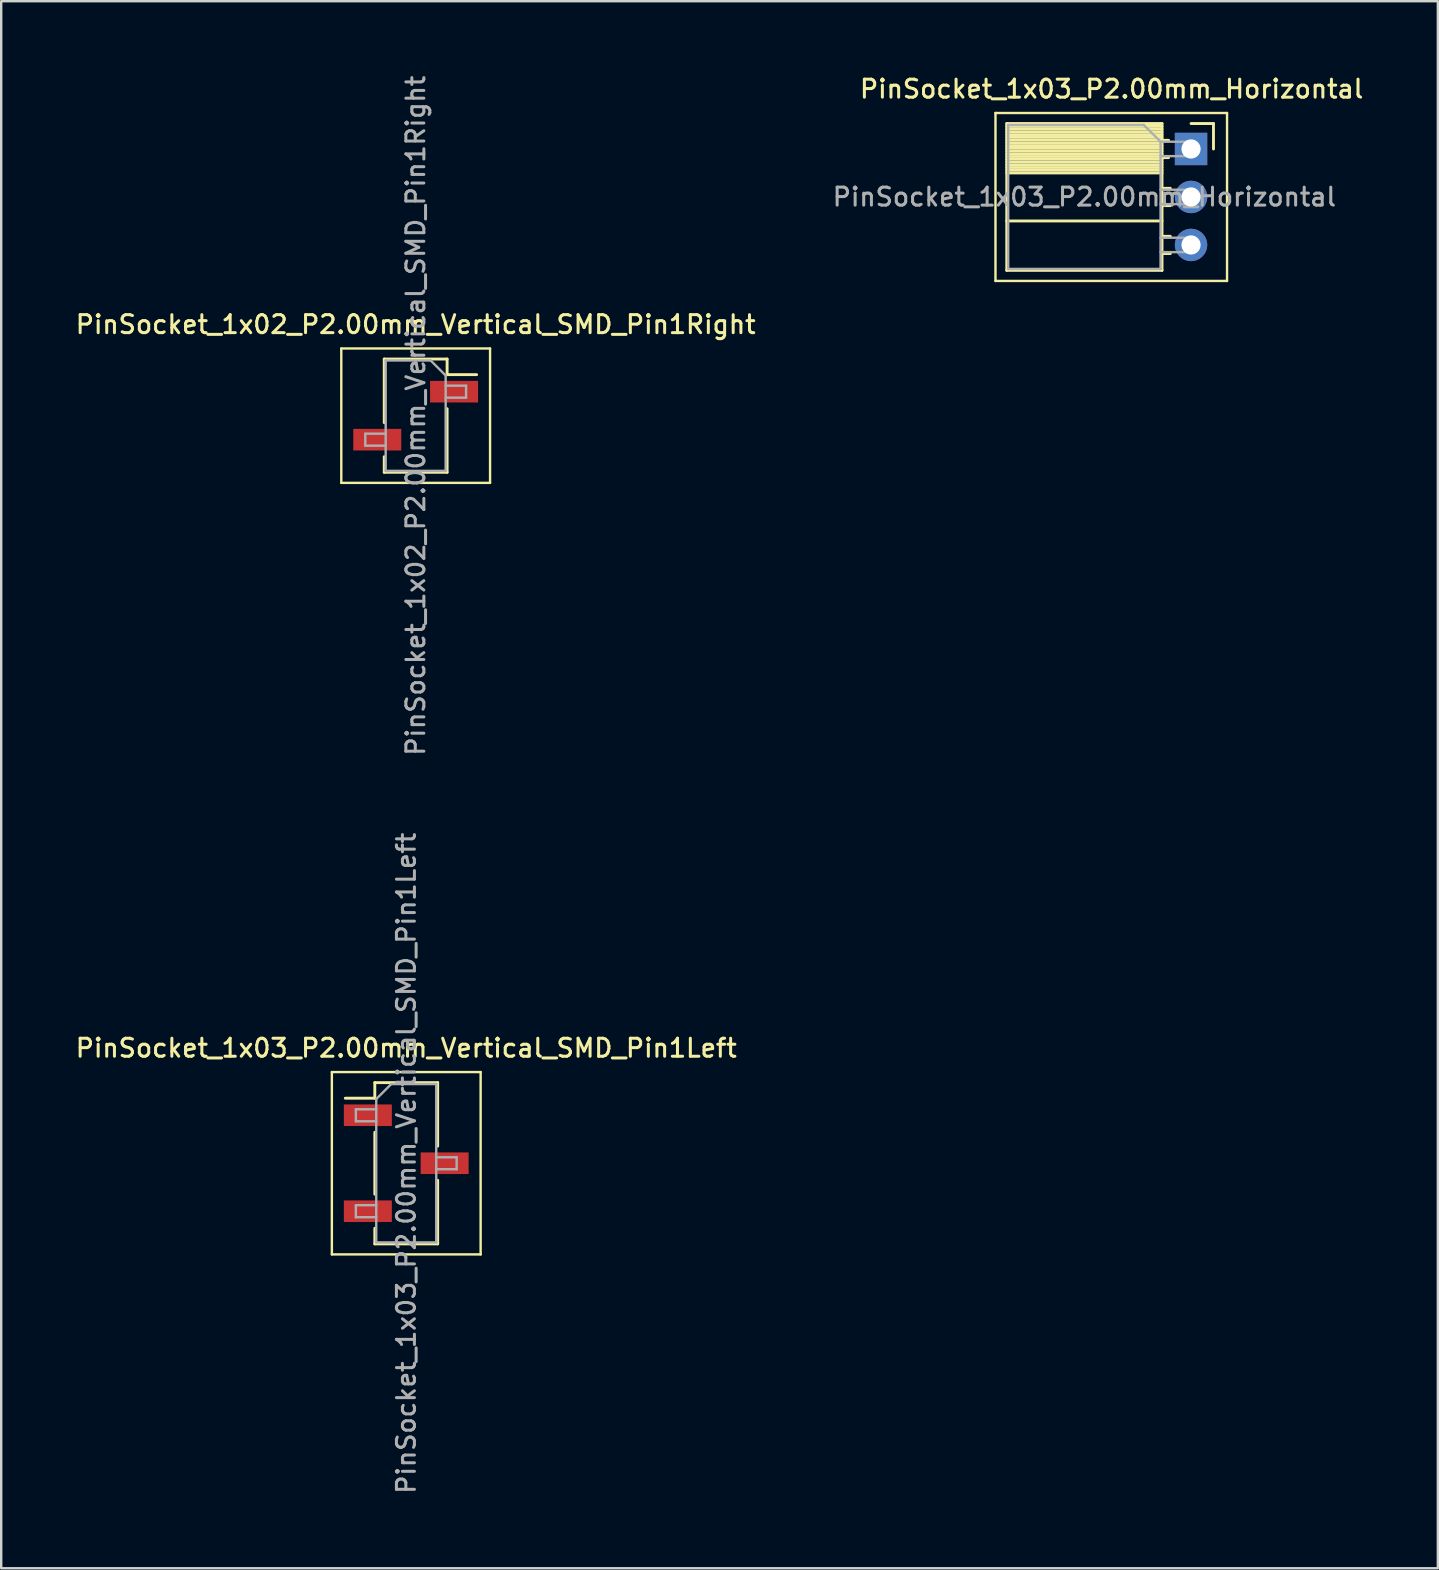
<source format=kicad_pcb>
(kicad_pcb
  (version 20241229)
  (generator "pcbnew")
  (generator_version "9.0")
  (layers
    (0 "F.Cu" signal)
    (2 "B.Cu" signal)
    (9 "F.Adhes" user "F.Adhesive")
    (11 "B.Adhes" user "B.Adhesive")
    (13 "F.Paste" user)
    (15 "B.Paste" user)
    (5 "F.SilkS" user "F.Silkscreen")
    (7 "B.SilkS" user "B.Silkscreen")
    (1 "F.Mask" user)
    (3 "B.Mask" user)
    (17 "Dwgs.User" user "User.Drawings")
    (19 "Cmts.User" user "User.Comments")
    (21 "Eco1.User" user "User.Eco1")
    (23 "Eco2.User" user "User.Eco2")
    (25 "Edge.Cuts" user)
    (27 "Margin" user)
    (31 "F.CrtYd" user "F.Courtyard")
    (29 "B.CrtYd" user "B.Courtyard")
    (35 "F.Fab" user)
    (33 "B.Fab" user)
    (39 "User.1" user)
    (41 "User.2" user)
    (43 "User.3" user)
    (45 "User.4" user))
  (footprint "PinSocket_1x03_P2.00mm_Vertical_SMD_Pin1Left"
    (layer "F.Cu")
    (at 13.88 45.427)
    (property "Reference" "PinSocket_1x03_P2.00mm_Vertical_SMD_Pin1Left" (at 0 -4.8 0) (layer "F.SilkS") (effects (font (size 0.75 0.75) (thickness 0.125))))
    (attr smd)
    (fp_line (start -3.1 -3.8) (end 3.1 -3.8) (stroke (width 0.1) (type solid)) (layer "F.SilkS"))
    (fp_line (start -3.1 3.8) (end -3.1 -3.8) (stroke (width 0.1) (type solid)) (layer "F.SilkS"))
    (fp_line (start -2.54 -2.71) (end -1.31 -2.71) (stroke (width 0.12) (type solid)) (layer "F.SilkS"))
    (fp_line (start -1.31 -3.36) (end -1.31 -2.71) (stroke (width 0.12) (type solid)) (layer "F.SilkS"))
    (fp_line (start -1.31 -3.36) (end 1.31 -3.36) (stroke (width 0.12) (type solid)) (layer "F.SilkS"))
    (fp_line (start -1.31 -1.29) (end -1.31 1.29) (stroke (width 0.12) (type solid)) (layer "F.SilkS"))
    (fp_line (start -1.31 2.71) (end -1.31 3.36) (stroke (width 0.12) (type solid)) (layer "F.SilkS"))
    (fp_line (start -1.31 3.36) (end 1.31 3.36) (stroke (width 0.12) (type solid)) (layer "F.SilkS"))
    (fp_line (start 1.31 -3.36) (end 1.31 -0.71) (stroke (width 0.12) (type solid)) (layer "F.SilkS"))
    (fp_line (start 1.31 0.71) (end 1.31 3.36) (stroke (width 0.12) (type solid)) (layer "F.SilkS"))
    (fp_line (start 3.1 -3.8) (end 3.1 3.8) (stroke (width 0.1) (type solid)) (layer "F.SilkS"))
    (fp_line (start 3.1 3.8) (end -3.1 3.8) (stroke (width 0.1) (type solid)) (layer "F.SilkS"))
    (fp_line (start -2.1 -2.25) (end -1.25 -2.25) (stroke (width 0.1) (type solid)) (layer "F.Fab"))
    (fp_line (start -2.1 -1.75) (end -2.1 -2.25) (stroke (width 0.1) (type solid)) (layer "F.Fab"))
    (fp_line (start -2.1 1.75) (end -1.25 1.75) (stroke (width 0.1) (type solid)) (layer "F.Fab"))
    (fp_line (start -2.1 2.25) (end -2.1 1.75) (stroke (width 0.1) (type solid)) (layer "F.Fab"))
    (fp_line (start -1.25 -2.675) (end -0.625 -3.3) (stroke (width 0.1) (type solid)) (layer "F.Fab"))
    (fp_line (start -1.25 -1.75) (end -2.1 -1.75) (stroke (width 0.1) (type solid)) (layer "F.Fab"))
    (fp_line (start -1.25 2.25) (end -2.1 2.25) (stroke (width 0.1) (type solid)) (layer "F.Fab"))
    (fp_line (start -1.25 3.3) (end -1.25 -2.675) (stroke (width 0.1) (type solid)) (layer "F.Fab"))
    (fp_line (start -0.625 -3.3) (end 1.25 -3.3) (stroke (width 0.1) (type solid)) (layer "F.Fab"))
    (fp_line (start 1.25 -3.3) (end 1.25 3.3) (stroke (width 0.1) (type solid)) (layer "F.Fab"))
    (fp_line (start 1.25 -0.25) (end 2.1 -0.25) (stroke (width 0.1) (type solid)) (layer "F.Fab"))
    (fp_line (start 1.25 3.3) (end -1.25 3.3) (stroke (width 0.1) (type solid)) (layer "F.Fab"))
    (fp_line (start 2.1 -0.25) (end 2.1 0.25) (stroke (width 0.1) (type solid)) (layer "F.Fab"))
    (fp_line (start 2.1 0.25) (end 1.25 0.25) (stroke (width 0.1) (type solid)) (layer "F.Fab"))
    (fp_text user "${REFERENCE}" (at 0 0 90) (layer "F.Fab") (effects (font (size 0.75 0.75) (thickness 0.125))))
    (pad "1" smd rect (at -1.6 -2) (size 2 0.9) (layers "F.Cu" "F.Mask" "F.Paste"))
    (pad "2" smd rect (at 1.6 0) (size 2 0.9) (layers "F.Cu" "F.Mask" "F.Paste"))
    (pad "3" smd rect (at -1.6 2) (size 2 0.9) (layers "F.Cu" "F.Mask" "F.Paste")))
  (footprint "PinSocket_1x03_P2.00mm_Horizontal"
    (layer "F.Cu")
    (at 46.586 3.158)
    (property "Reference" "PinSocket_1x03_P2.00mm_Horizontal" (at -3.31 -2.5 0) (layer "F.SilkS") (effects (font (size 0.75 0.75) (thickness 0.125))))
    (attr through_hole)
    (fp_line (start -8.15 -1.5) (end -8.15 5.5) (stroke (width 0.1) (type solid)) (layer "F.SilkS"))
    (fp_line (start -8.15 5.5) (end 1.5 5.5) (stroke (width 0.1) (type solid)) (layer "F.SilkS"))
    (fp_line (start -7.68 -1.06) (end -7.68 5.06) (stroke (width 0.12) (type solid)) (layer "F.SilkS"))
    (fp_line (start -7.68 -1.06) (end -1.21 -1.06) (stroke (width 0.12) (type solid)) (layer "F.SilkS"))
    (fp_line (start -7.68 -0.94) (end -1.21 -0.94) (stroke (width 0.12) (type solid)) (layer "F.SilkS"))
    (fp_line (start -7.68 -0.826) (end -1.21 -0.826) (stroke (width 0.12) (type solid)) (layer "F.SilkS"))
    (fp_line (start -7.68 -0.712) (end -1.21 -0.712) (stroke (width 0.12) (type solid)) (layer "F.SilkS"))
    (fp_line (start -7.68 -0.598) (end -1.21 -0.598) (stroke (width 0.12) (type solid)) (layer "F.SilkS"))
    (fp_line (start -7.68 -0.484) (end -1.21 -0.484) (stroke (width 0.12) (type solid)) (layer "F.SilkS"))
    (fp_line (start -7.68 -0.369) (end -1.21 -0.369) (stroke (width 0.12) (type solid)) (layer "F.SilkS"))
    (fp_line (start -7.68 -0.255) (end -1.21 -0.255) (stroke (width 0.12) (type solid)) (layer "F.SilkS"))
    (fp_line (start -7.68 -0.141) (end -1.21 -0.141) (stroke (width 0.12) (type solid)) (layer "F.SilkS"))
    (fp_line (start -7.68 -0.027) (end -1.21 -0.027) (stroke (width 0.12) (type solid)) (layer "F.SilkS"))
    (fp_line (start -7.68 0.087) (end -1.21 0.087) (stroke (width 0.12) (type solid)) (layer "F.SilkS"))
    (fp_line (start -7.68 0.201) (end -1.21 0.201) (stroke (width 0.12) (type solid)) (layer "F.SilkS"))
    (fp_line (start -7.68 0.315) (end -1.21 0.315) (stroke (width 0.12) (type solid)) (layer "F.SilkS"))
    (fp_line (start -7.68 0.429) (end -1.21 0.429) (stroke (width 0.12) (type solid)) (layer "F.SilkS"))
    (fp_line (start -7.68 0.544) (end -1.21 0.544) (stroke (width 0.12) (type solid)) (layer "F.SilkS"))
    (fp_line (start -7.68 0.658) (end -1.21 0.658) (stroke (width 0.12) (type solid)) (layer "F.SilkS"))
    (fp_line (start -7.68 0.772) (end -1.21 0.772) (stroke (width 0.12) (type solid)) (layer "F.SilkS"))
    (fp_line (start -7.68 0.886) (end -1.21 0.886) (stroke (width 0.12) (type solid)) (layer "F.SilkS"))
    (fp_line (start -7.68 1) (end -1.21 1) (stroke (width 0.12) (type solid)) (layer "F.SilkS"))
    (fp_line (start -7.68 3) (end -1.21 3) (stroke (width 0.12) (type solid)) (layer "F.SilkS"))
    (fp_line (start -7.68 5.06) (end -1.21 5.06) (stroke (width 0.12) (type solid)) (layer "F.SilkS"))
    (fp_line (start -1.21 -1.06) (end -1.21 5.06) (stroke (width 0.12) (type solid)) (layer "F.SilkS"))
    (fp_line (start -1.21 -0.36) (end -0.935 -0.36) (stroke (width 0.12) (type solid)) (layer "F.SilkS"))
    (fp_line (start -1.21 0.36) (end -0.935 0.36) (stroke (width 0.12) (type solid)) (layer "F.SilkS"))
    (fp_line (start -1.21 1.64) (end -0.863 1.64) (stroke (width 0.12) (type solid)) (layer "F.SilkS"))
    (fp_line (start -1.21 2.36) (end -0.863 2.36) (stroke (width 0.12) (type solid)) (layer "F.SilkS"))
    (fp_line (start -1.21 3.64) (end -0.863 3.64) (stroke (width 0.12) (type solid)) (layer "F.SilkS"))
    (fp_line (start -1.21 4.36) (end -0.863 4.36) (stroke (width 0.12) (type solid)) (layer "F.SilkS"))
    (fp_line (start 0 -1.06) (end 0.935 -1.06) (stroke (width 0.12) (type solid)) (layer "F.SilkS"))
    (fp_line (start 0.935 -1.06) (end 0.935 0) (stroke (width 0.12) (type solid)) (layer "F.SilkS"))
    (fp_line (start 1.5 -1.5) (end -8.15 -1.5) (stroke (width 0.1) (type solid)) (layer "F.SilkS"))
    (fp_line (start 1.5 5.5) (end 1.5 -1.5) (stroke (width 0.1) (type solid)) (layer "F.SilkS"))
    (fp_line (start -7.62 -1) (end -1.97 -1) (stroke (width 0.1) (type solid)) (layer "F.Fab"))
    (fp_line (start -7.62 5) (end -7.62 -1) (stroke (width 0.1) (type solid)) (layer "F.Fab"))
    (fp_line (start -1.97 -1) (end -1.27 -0.3) (stroke (width 0.1) (type solid)) (layer "F.Fab"))
    (fp_line (start -1.27 -0.3) (end -1.27 5) (stroke (width 0.1) (type solid)) (layer "F.Fab"))
    (fp_line (start -1.27 0.3) (end 0 0.3) (stroke (width 0.1) (type solid)) (layer "F.Fab"))
    (fp_line (start -1.27 2.3) (end 0 2.3) (stroke (width 0.1) (type solid)) (layer "F.Fab"))
    (fp_line (start -1.27 4.3) (end 0 4.3) (stroke (width 0.1) (type solid)) (layer "F.Fab"))
    (fp_line (start -1.27 5) (end -7.62 5) (stroke (width 0.1) (type solid)) (layer "F.Fab"))
    (fp_line (start 0 -0.3) (end -1.27 -0.3) (stroke (width 0.1) (type solid)) (layer "F.Fab"))
    (fp_line (start 0 0.3) (end 0 -0.3) (stroke (width 0.1) (type solid)) (layer "F.Fab"))
    (fp_line (start 0 1.7) (end -1.27 1.7) (stroke (width 0.1) (type solid)) (layer "F.Fab"))
    (fp_line (start 0 2.3) (end 0 1.7) (stroke (width 0.1) (type solid)) (layer "F.Fab"))
    (fp_line (start 0 3.7) (end -1.27 3.7) (stroke (width 0.1) (type solid)) (layer "F.Fab"))
    (fp_line (start 0 4.3) (end 0 3.7) (stroke (width 0.1) (type solid)) (layer "F.Fab"))
    (fp_text user "${REFERENCE}" (at -4.445 2 0) (layer "F.Fab") (effects (font (size 0.75 0.75) (thickness 0.125))))
    (pad "1" thru_hole rect (at 0 0) (size 1.35 1.35) (drill 0.8) (layers "*.Cu" "*.Mask"))
    (pad "2" thru_hole oval (at 0 2) (size 1.35 1.35) (drill 0.8) (layers "*.Cu" "*.Mask"))
    (pad "3" thru_hole oval (at 0 4) (size 1.35 1.35) (drill 0.8) (layers "*.Cu" "*.Mask")))
  (footprint "PinSocket_1x02_P2.00mm_Vertical_SMD_Pin1Right"
    (layer "F.Cu")
    (at 14.273 14.273)
    (property "Reference" "PinSocket_1x02_P2.00mm_Vertical_SMD_Pin1Right" (at 0 -3.8 0) (layer "F.SilkS") (effects (font (size 0.75 0.75) (thickness 0.125))))
    (attr smd)
    (fp_line (start -3.1 -2.8) (end 3.1 -2.8) (stroke (width 0.1) (type solid)) (layer "F.SilkS"))
    (fp_line (start -3.1 2.8) (end -3.1 -2.8) (stroke (width 0.1) (type solid)) (layer "F.SilkS"))
    (fp_line (start -1.31 -2.36) (end -1.31 0.29) (stroke (width 0.12) (type solid)) (layer "F.SilkS"))
    (fp_line (start -1.31 -2.36) (end 1.31 -2.36) (stroke (width 0.12) (type solid)) (layer "F.SilkS"))
    (fp_line (start -1.31 1.71) (end -1.31 2.36) (stroke (width 0.12) (type solid)) (layer "F.SilkS"))
    (fp_line (start -1.31 2.36) (end 1.31 2.36) (stroke (width 0.12) (type solid)) (layer "F.SilkS"))
    (fp_line (start 1.31 -2.36) (end 1.31 -1.71) (stroke (width 0.12) (type solid)) (layer "F.SilkS"))
    (fp_line (start 1.31 -1.71) (end 2.54 -1.71) (stroke (width 0.12) (type solid)) (layer "F.SilkS"))
    (fp_line (start 1.31 -0.29) (end 1.31 2.36) (stroke (width 0.12) (type solid)) (layer "F.SilkS"))
    (fp_line (start 3.1 -2.8) (end 3.1 2.8) (stroke (width 0.1) (type solid)) (layer "F.SilkS"))
    (fp_line (start 3.1 2.8) (end -3.1 2.8) (stroke (width 0.1) (type solid)) (layer "F.SilkS"))
    (fp_line (start -2.1 0.75) (end -1.25 0.75) (stroke (width 0.1) (type solid)) (layer "F.Fab"))
    (fp_line (start -2.1 1.25) (end -2.1 0.75) (stroke (width 0.1) (type solid)) (layer "F.Fab"))
    (fp_line (start -1.25 -2.3) (end 0.625 -2.3) (stroke (width 0.1) (type solid)) (layer "F.Fab"))
    (fp_line (start -1.25 1.25) (end -2.1 1.25) (stroke (width 0.1) (type solid)) (layer "F.Fab"))
    (fp_line (start -1.25 2.3) (end -1.25 -2.3) (stroke (width 0.1) (type solid)) (layer "F.Fab"))
    (fp_line (start 0.625 -2.3) (end 1.25 -1.675) (stroke (width 0.1) (type solid)) (layer "F.Fab"))
    (fp_line (start 1.25 -1.675) (end 1.25 2.3) (stroke (width 0.1) (type solid)) (layer "F.Fab"))
    (fp_line (start 1.25 -1.25) (end 2.1 -1.25) (stroke (width 0.1) (type solid)) (layer "F.Fab"))
    (fp_line (start 1.25 2.3) (end -1.25 2.3) (stroke (width 0.1) (type solid)) (layer "F.Fab"))
    (fp_line (start 2.1 -1.25) (end 2.1 -0.75) (stroke (width 0.1) (type solid)) (layer "F.Fab"))
    (fp_line (start 2.1 -0.75) (end 1.25 -0.75) (stroke (width 0.1) (type solid)) (layer "F.Fab"))
    (fp_text user "${REFERENCE}" (at 0 0 90) (layer "F.Fab") (effects (font (size 0.75 0.75) (thickness 0.125))))
    (pad "1" smd rect (at 1.6 -1) (size 2 0.9) (layers "F.Cu" "F.Mask" "F.Paste"))
    (pad "2" smd rect (at -1.6 1) (size 2 0.9) (layers "F.Cu" "F.Mask" "F.Paste")))
  (gr_rect
    (start -3 -3)
    (end 56.871 62.307)
    (stroke (width 0.1) (type default))
    (fill no)
    (layer "Edge.Cuts")))
</source>
